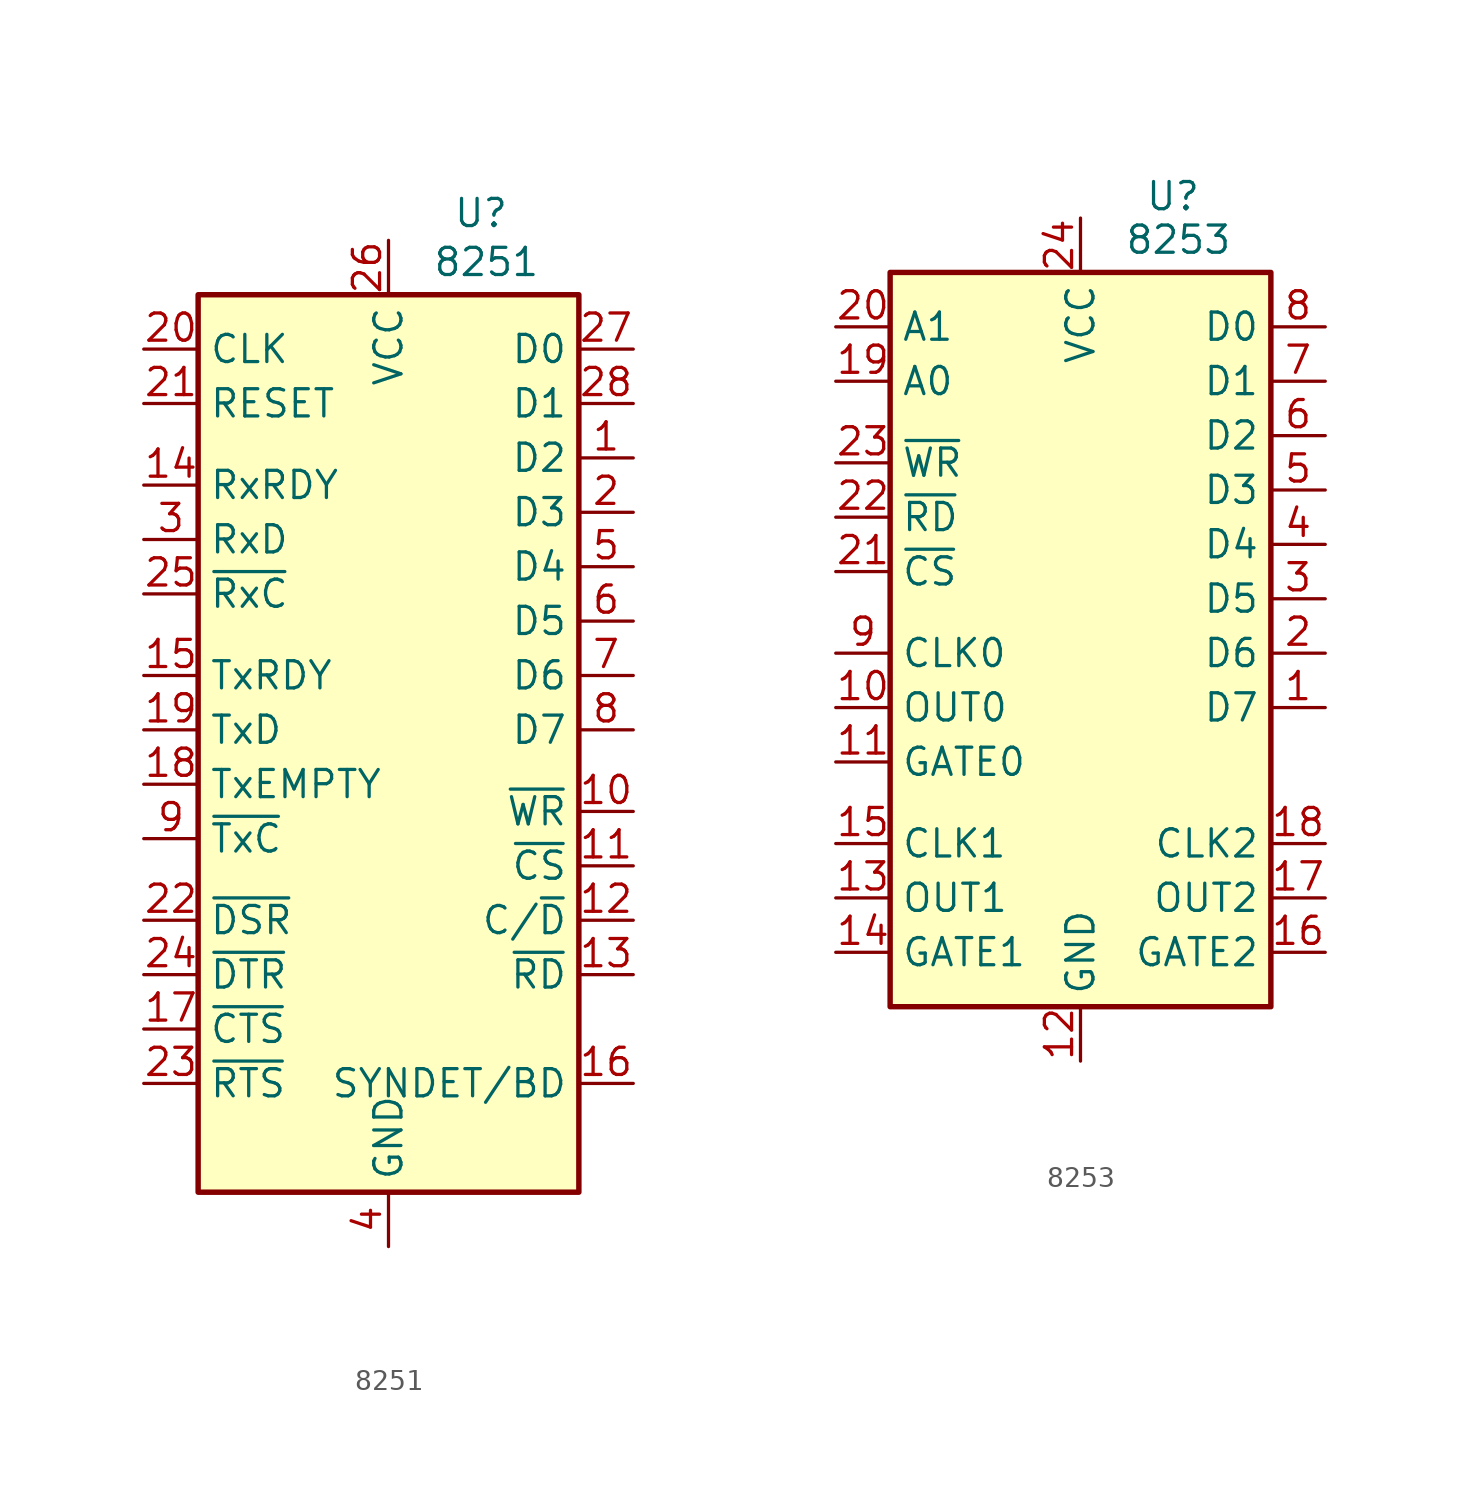
<source format=kicad_sym>
(kicad_symbol_lib
  (version 20231120)
  (generator "kicad_symbol_editor")
  (generator_version "8.0")
  (symbol "8251"
    (property "Reference" "U"
      (at 4.318 2.54 0)
      (effects (font (size 1.27 1.27))))
    (property "Value" "8251"
      (at 4.572 0.254 0)
      (effects (font (size 1.27 1.27))))
    (symbol "8251_0_1"
      (rectangle (start -8.89 -1.27) (end 8.89 -43.18) (stroke (width 0.254) (type default)) (fill (type background))))
    (symbol "8251_1_1"
      (pin tri_state line (at 11.43 -8.89 180) (length 2.54) (name "D2" (effects (font (size 1.27 1.27)))) (number "1" (effects (font (size 1.27 1.27)))))
      (pin input line (at 11.43 -25.4 180) (length 2.54) (name "~{WR}" (effects (font (size 1.27 1.27)))) (number "10" (effects (font (size 1.27 1.27)))))
      (pin input line (at 11.43 -27.94 180) (length 2.54) (name "~{CS}" (effects (font (size 1.27 1.27)))) (number "11" (effects (font (size 1.27 1.27)))))
      (pin input line (at 11.43 -30.48 180) (length 2.54) (name "C/~{D}" (effects (font (size 1.27 1.27)))) (number "12" (effects (font (size 1.27 1.27)))))
      (pin input line (at 11.43 -33.02 180) (length 2.54) (name "~{RD}" (effects (font (size 1.27 1.27)))) (number "13" (effects (font (size 1.27 1.27)))))
      (pin output line (at -11.43 -10.16 0) (length 2.54) (name "RxRDY" (effects (font (size 1.27 1.27)))) (number "14" (effects (font (size 1.27 1.27)))))
      (pin output line (at -11.43 -19.05 0) (length 2.54) (name "TxRDY" (effects (font (size 1.27 1.27)))) (number "15" (effects (font (size 1.27 1.27)))))
      (pin bidirectional line (at 11.43 -38.1 180) (length 2.54) (name "SYNDET/BD" (effects (font (size 1.27 1.27)))) (number "16" (effects (font (size 1.27 1.27)))))
      (pin input line (at -11.43 -35.56 0) (length 2.54) (name "~{CTS}" (effects (font (size 1.27 1.27)))) (number "17" (effects (font (size 1.27 1.27)))))
      (pin output line (at -11.43 -24.13 0) (length 2.54) (name "TxEMPTY" (effects (font (size 1.27 1.27)))) (number "18" (effects (font (size 1.27 1.27)))))
      (pin output line (at -11.43 -21.59 0) (length 2.54) (name "TxD" (effects (font (size 1.27 1.27)))) (number "19" (effects (font (size 1.27 1.27)))))
      (pin tri_state line (at 11.43 -11.43 180) (length 2.54) (name "D3" (effects (font (size 1.27 1.27)))) (number "2" (effects (font (size 1.27 1.27)))))
      (pin input line (at -11.43 -3.81 0) (length 2.54) (name "CLK" (effects (font (size 1.27 1.27)))) (number "20" (effects (font (size 1.27 1.27)))))
      (pin input line (at -11.43 -6.35 0) (length 2.54) (name "RESET" (effects (font (size 1.27 1.27)))) (number "21" (effects (font (size 1.27 1.27)))))
      (pin input line (at -11.43 -30.48 0) (length 2.54) (name "~{DSR}" (effects (font (size 1.27 1.27)))) (number "22" (effects (font (size 1.27 1.27)))))
      (pin output line (at -11.43 -38.1 0) (length 2.54) (name "~{RTS}" (effects (font (size 1.27 1.27)))) (number "23" (effects (font (size 1.27 1.27)))))
      (pin output line (at -11.43 -33.02 0) (length 2.54) (name "~{DTR}" (effects (font (size 1.27 1.27)))) (number "24" (effects (font (size 1.27 1.27)))))
      (pin input line (at -11.43 -15.24 0) (length 2.54) (name "~{RxC}" (effects (font (size 1.27 1.27)))) (number "25" (effects (font (size 1.27 1.27)))))
      (pin power_in line (at 0 1.27 270) (length 2.54) (name "VCC" (effects (font (size 1.27 1.27)))) (number "26" (effects (font (size 1.27 1.27)))))
      (pin tri_state line (at 11.43 -3.81 180) (length 2.54) (name "D0" (effects (font (size 1.27 1.27)))) (number "27" (effects (font (size 1.27 1.27)))))
      (pin tri_state line (at 11.43 -6.35 180) (length 2.54) (name "D1" (effects (font (size 1.27 1.27)))) (number "28" (effects (font (size 1.27 1.27)))))
      (pin input line (at -11.43 -12.7 0) (length 2.54) (name "RxD" (effects (font (size 1.27 1.27)))) (number "3" (effects (font (size 1.27 1.27)))))
      (pin power_in line (at 0 -45.72 90) (length 2.54) (name "GND" (effects (font (size 1.27 1.27)))) (number "4" (effects (font (size 1.27 1.27)))))
      (pin tri_state line (at 11.43 -13.97 180) (length 2.54) (name "D4" (effects (font (size 1.27 1.27)))) (number "5" (effects (font (size 1.27 1.27)))))
      (pin tri_state line (at 11.43 -16.51 180) (length 2.54) (name "D5" (effects (font (size 1.27 1.27)))) (number "6" (effects (font (size 1.27 1.27)))))
      (pin tri_state line (at 11.43 -19.05 180) (length 2.54) (name "D6" (effects (font (size 1.27 1.27)))) (number "7" (effects (font (size 1.27 1.27)))))
      (pin tri_state line (at 11.43 -21.59 180) (length 2.54) (name "D7" (effects (font (size 1.27 1.27)))) (number "8" (effects (font (size 1.27 1.27)))))
      (pin input line (at -11.43 -26.67 0) (length 2.54) (name "~{TxC}" (effects (font (size 1.27 1.27)))) (number "9" (effects (font (size 1.27 1.27)))))))
  (symbol "8253"
    (property "Reference" "U"
      (at 4.318 1.016 0)
      (effects (font (size 1.27 1.27))))
    (property "Value" "8253"
      (at 4.572 -1.016 0)
      (effects (font (size 1.27 1.27))))
    (symbol "8253_0_1"
      (rectangle (start -8.89 -2.54) (end 8.89 -36.83) (stroke (width 0.254) (type default)) (fill (type background))))
    (symbol "8253_1_1"
      (pin tri_state line (at 11.43 -22.86 180) (length 2.54) (name "D7" (effects (font (size 1.27 1.27)))) (number "1" (effects (font (size 1.27 1.27)))))
      (pin output line (at -11.43 -22.86 0) (length 2.54) (name "OUT0" (effects (font (size 1.27 1.27)))) (number "10" (effects (font (size 1.27 1.27)))))
      (pin input line (at -11.43 -25.4 0) (length 2.54) (name "GATE0" (effects (font (size 1.27 1.27)))) (number "11" (effects (font (size 1.27 1.27)))))
      (pin power_in line (at 0 -39.37 90) (length 2.54) (name "GND" (effects (font (size 1.27 1.27)))) (number "12" (effects (font (size 1.27 1.27)))))
      (pin output line (at -11.43 -31.75 0) (length 2.54) (name "OUT1" (effects (font (size 1.27 1.27)))) (number "13" (effects (font (size 1.27 1.27)))))
      (pin input line (at -11.43 -34.29 0) (length 2.54) (name "GATE1" (effects (font (size 1.27 1.27)))) (number "14" (effects (font (size 1.27 1.27)))))
      (pin input line (at -11.43 -29.21 0) (length 2.54) (name "CLK1" (effects (font (size 1.27 1.27)))) (number "15" (effects (font (size 1.27 1.27)))))
      (pin input line (at 11.43 -34.29 180) (length 2.54) (name "GATE2" (effects (font (size 1.27 1.27)))) (number "16" (effects (font (size 1.27 1.27)))))
      (pin output line (at 11.43 -31.75 180) (length 2.54) (name "OUT2" (effects (font (size 1.27 1.27)))) (number "17" (effects (font (size 1.27 1.27)))))
      (pin input line (at 11.43 -29.21 180) (length 2.54) (name "CLK2" (effects (font (size 1.27 1.27)))) (number "18" (effects (font (size 1.27 1.27)))))
      (pin input line (at -11.43 -7.62 0) (length 2.54) (name "A0" (effects (font (size 1.27 1.27)))) (number "19" (effects (font (size 1.27 1.27)))))
      (pin tri_state line (at 11.43 -20.32 180) (length 2.54) (name "D6" (effects (font (size 1.27 1.27)))) (number "2" (effects (font (size 1.27 1.27)))))
      (pin input line (at -11.43 -5.08 0) (length 2.54) (name "A1" (effects (font (size 1.27 1.27)))) (number "20" (effects (font (size 1.27 1.27)))))
      (pin input line (at -11.43 -16.51 0) (length 2.54) (name "~{CS}" (effects (font (size 1.27 1.27)))) (number "21" (effects (font (size 1.27 1.27)))))
      (pin input line (at -11.43 -13.97 0) (length 2.54) (name "~{RD}" (effects (font (size 1.27 1.27)))) (number "22" (effects (font (size 1.27 1.27)))))
      (pin input line (at -11.43 -11.43 0) (length 2.54) (name "~{WR}" (effects (font (size 1.27 1.27)))) (number "23" (effects (font (size 1.27 1.27)))))
      (pin power_in line (at 0 0 270) (length 2.54) (name "VCC" (effects (font (size 1.27 1.27)))) (number "24" (effects (font (size 1.27 1.27)))))
      (pin tri_state line (at 11.43 -17.78 180) (length 2.54) (name "D5" (effects (font (size 1.27 1.27)))) (number "3" (effects (font (size 1.27 1.27)))))
      (pin tri_state line (at 11.43 -15.24 180) (length 2.54) (name "D4" (effects (font (size 1.27 1.27)))) (number "4" (effects (font (size 1.27 1.27)))))
      (pin tri_state line (at 11.43 -12.7 180) (length 2.54) (name "D3" (effects (font (size 1.27 1.27)))) (number "5" (effects (font (size 1.27 1.27)))))
      (pin tri_state line (at 11.43 -10.16 180) (length 2.54) (name "D2" (effects (font (size 1.27 1.27)))) (number "6" (effects (font (size 1.27 1.27)))))
      (pin tri_state line (at 11.43 -7.62 180) (length 2.54) (name "D1" (effects (font (size 1.27 1.27)))) (number "7" (effects (font (size 1.27 1.27)))))
      (pin tri_state line (at 11.43 -5.08 180) (length 2.54) (name "D0" (effects (font (size 1.27 1.27)))) (number "8" (effects (font (size 1.27 1.27)))))
      (pin input line (at -11.43 -20.32 0) (length 2.54) (name "CLK0" (effects (font (size 1.27 1.27)))) (number "9" (effects (font (size 1.27 1.27))))))))
</source>
